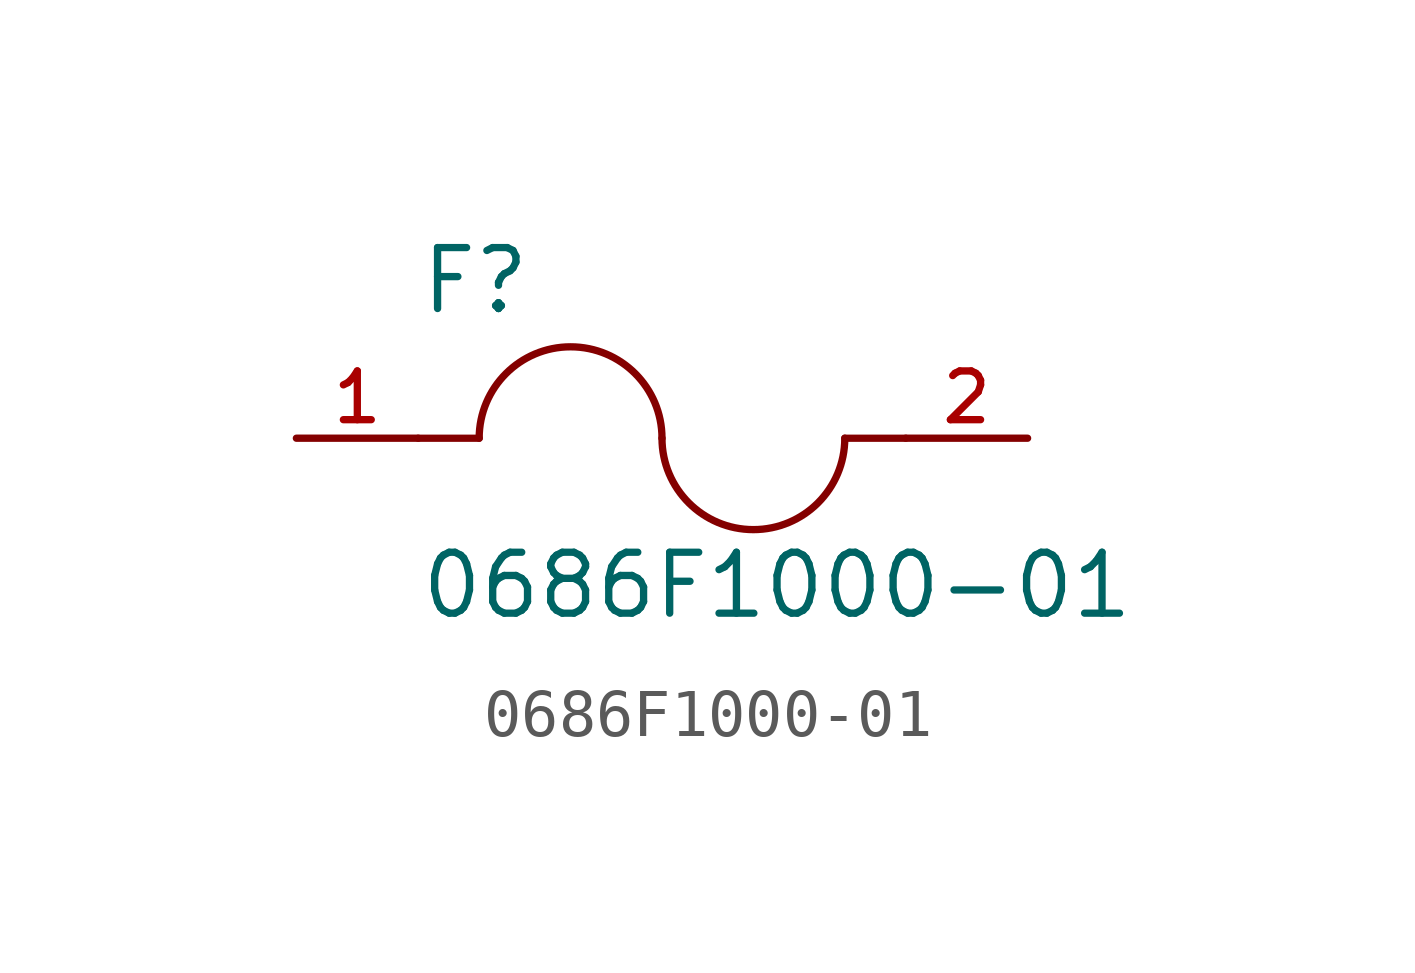
<source format=kicad_sym>
(kicad_symbol_lib
  (version 20211014)
  (generator kicad_symbol_editor)
  (symbol "0686F1000-01"
    (pin_names
      (offset 1.016))
    (property "Reference" "F"
      (at -5.08 2.54 0)
      (effects (font (size 1.27 1.27)) (justify bottom left)))
    (property "Value" "0686F1000-01"
      (at -5.08 -3.81 0)
      (effects (font (size 1.27 1.27)) (justify bottom left)))
    (symbol "0686F1000-01_0_0"
      (arc (start 0.0 0.0) (mid -1.905 1.905) (end -3.81 0.0) (stroke (width 0.1524) (type default) (color 0 0 0 0)) (fill (type none)))
      (arc (start 3.81 0.0) (mid 1.905 -1.905) (end 0.0 0.0) (stroke (width 0.1524) (type default) (color 0 0 0 0)) (fill (type none)))
      (polyline (pts (xy 5.08 0.0) (xy 3.81 0.0)) (stroke (width 0.152)))
      (polyline (pts (xy -5.08 0.0) (xy -3.81 0.0)) (stroke (width 0.152)))
      (pin passive line (at -7.62 0.0 0) (length 2.54) (name "~" (effects (font (size 1.016 1.016)))) (number "1" (effects (font (size 1.016 1.016)))))
      (pin passive line (at 7.62 0.0 180.0) (length 2.54) (name "~" (effects (font (size 1.016 1.016)))) (number "2" (effects (font (size 1.016 1.016))))))))
</source>
